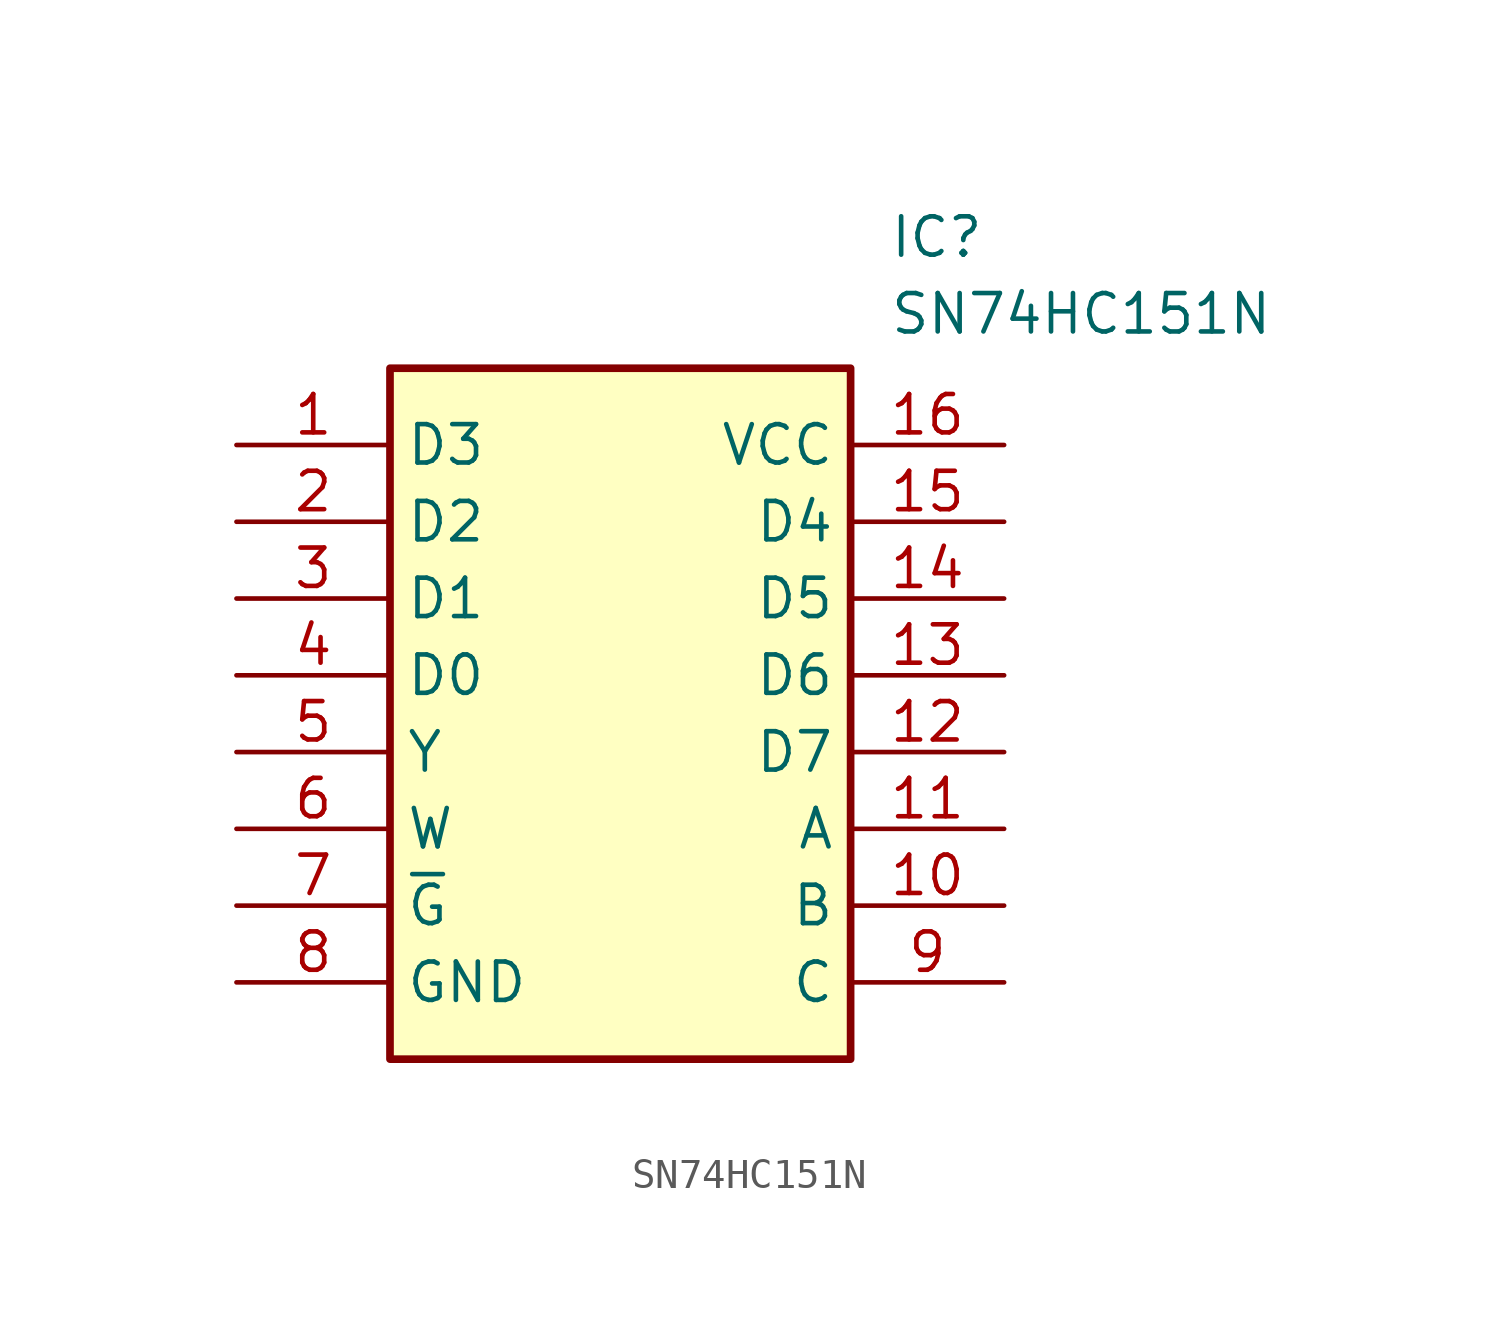
<source format=kicad_sym>
(kicad_symbol_lib
  (version 20211014)
  (generator SamacSys_ECAD_Model)
  (symbol "SN74HC151N"
    (property "Reference" "IC"
      (at 21.59 7.62 0)
      (effects (font (size 1.27 1.27)) (justify left top)))
    (property "Value" "SN74HC151N"
      (at 21.59 5.08 0)
      (effects (font (size 1.27 1.27)) (justify left top)))
    (rectangle
      (start 5.08 2.54)
      (end 20.32 -20.32)
      (stroke (width 0.254) (type default))
      (fill (type background)))
    (pin passive line
      (at 0 0 0)
      (length 5.08)
      (name "D3" (effects (font (size 1.27 1.27))))
      (number "1" (effects (font (size 1.27 1.27)))))
    (pin passive line
      (at 0 -2.54 0)
      (length 5.08)
      (name "D2" (effects (font (size 1.27 1.27))))
      (number "2" (effects (font (size 1.27 1.27)))))
    (pin passive line
      (at 0 -5.08 0)
      (length 5.08)
      (name "D1" (effects (font (size 1.27 1.27))))
      (number "3" (effects (font (size 1.27 1.27)))))
    (pin passive line
      (at 0 -7.62 0)
      (length 5.08)
      (name "D0" (effects (font (size 1.27 1.27))))
      (number "4" (effects (font (size 1.27 1.27)))))
    (pin passive line
      (at 0 -10.16 0)
      (length 5.08)
      (name "Y" (effects (font (size 1.27 1.27))))
      (number "5" (effects (font (size 1.27 1.27)))))
    (pin passive line
      (at 0 -12.7 0)
      (length 5.08)
      (name "W" (effects (font (size 1.27 1.27))))
      (number "6" (effects (font (size 1.27 1.27)))))
    (pin passive line
      (at 0 -15.24 0)
      (length 5.08)
      (name "~{G}" (effects (font (size 1.27 1.27))))
      (number "7" (effects (font (size 1.27 1.27)))))
    (pin passive line
      (at 0 -17.78 0)
      (length 5.08)
      (name "GND" (effects (font (size 1.27 1.27))))
      (number "8" (effects (font (size 1.27 1.27)))))
    (pin passive line
      (at 25.4 0 180)
      (length 5.08)
      (name "VCC" (effects (font (size 1.27 1.27))))
      (number "16" (effects (font (size 1.27 1.27)))))
    (pin passive line
      (at 25.4 -2.54 180)
      (length 5.08)
      (name "D4" (effects (font (size 1.27 1.27))))
      (number "15" (effects (font (size 1.27 1.27)))))
    (pin passive line
      (at 25.4 -5.08 180)
      (length 5.08)
      (name "D5" (effects (font (size 1.27 1.27))))
      (number "14" (effects (font (size 1.27 1.27)))))
    (pin passive line
      (at 25.4 -7.62 180)
      (length 5.08)
      (name "D6" (effects (font (size 1.27 1.27))))
      (number "13" (effects (font (size 1.27 1.27)))))
    (pin passive line
      (at 25.4 -10.16 180)
      (length 5.08)
      (name "D7" (effects (font (size 1.27 1.27))))
      (number "12" (effects (font (size 1.27 1.27)))))
    (pin passive line
      (at 25.4 -12.7 180)
      (length 5.08)
      (name "A" (effects (font (size 1.27 1.27))))
      (number "11" (effects (font (size 1.27 1.27)))))
    (pin passive line
      (at 25.4 -15.24 180)
      (length 5.08)
      (name "B" (effects (font (size 1.27 1.27))))
      (number "10" (effects (font (size 1.27 1.27)))))
    (pin passive line
      (at 25.4 -17.78 180)
      (length 5.08)
      (name "C" (effects (font (size 1.27 1.27))))
      (number "9" (effects (font (size 1.27 1.27)))))))
</source>
